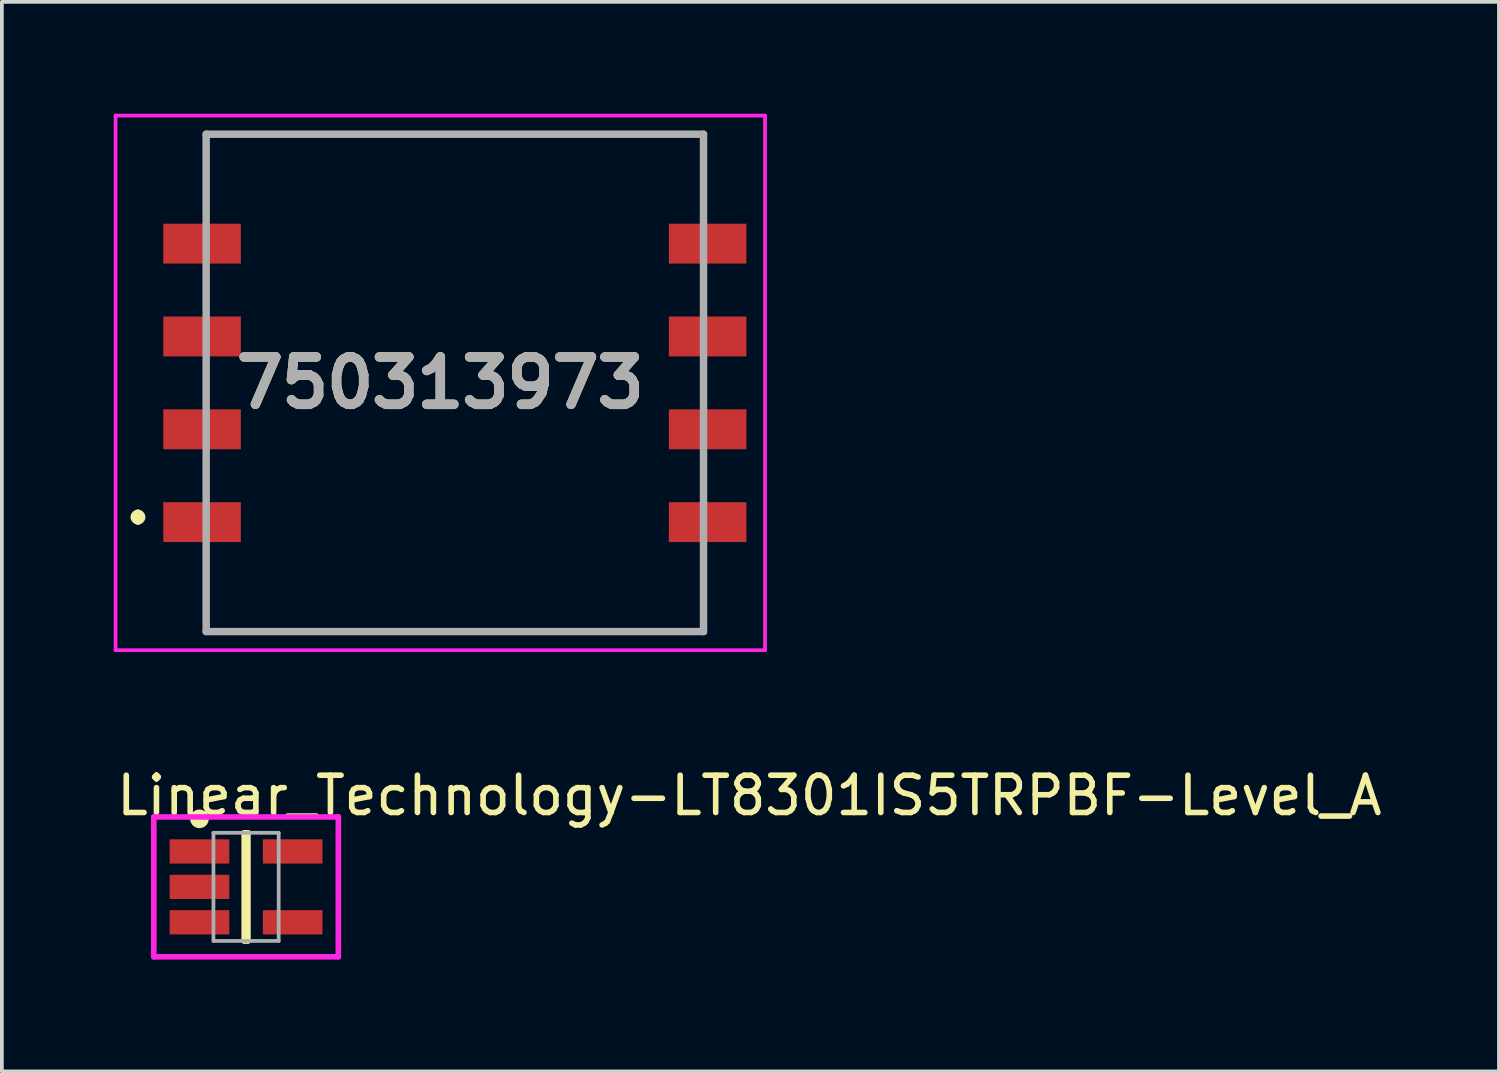
<source format=kicad_pcb>
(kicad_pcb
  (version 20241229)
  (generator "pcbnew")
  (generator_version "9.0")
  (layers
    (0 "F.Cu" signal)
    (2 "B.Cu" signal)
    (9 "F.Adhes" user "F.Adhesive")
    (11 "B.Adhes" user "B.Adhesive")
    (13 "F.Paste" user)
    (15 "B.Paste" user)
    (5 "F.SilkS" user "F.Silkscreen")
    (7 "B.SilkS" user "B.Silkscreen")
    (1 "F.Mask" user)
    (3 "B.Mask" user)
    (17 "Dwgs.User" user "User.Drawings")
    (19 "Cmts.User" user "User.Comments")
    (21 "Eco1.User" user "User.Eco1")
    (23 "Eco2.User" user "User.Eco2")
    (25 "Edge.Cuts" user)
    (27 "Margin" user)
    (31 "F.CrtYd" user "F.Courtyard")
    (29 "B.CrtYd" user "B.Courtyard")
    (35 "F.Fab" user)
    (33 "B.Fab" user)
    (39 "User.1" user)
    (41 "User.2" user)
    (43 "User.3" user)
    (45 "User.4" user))
  (footprint "750313973"
    (layer "F.Cu")
    (at 9.15 7.22)
    (property "Reference" "750313973" (at -0.39 0 0) (layer "F.SilkS") (effects (font (size 1.27 1.27) (thickness 0.254))))
    (attr smd)
    (fp_line (start -8.5 3.5) (end -8.5 3.5) (stroke (width 0.2) (type solid)) (layer "F.SilkS"))
    (fp_line (start -8.5 3.7) (end -8.5 3.7) (stroke (width 0.2) (type solid)) (layer "F.SilkS"))
    (fp_line (start -6.67 -6.67) (end 6.67 -6.67) (stroke (width 0.1) (type solid)) (layer "F.SilkS"))
    (fp_line (start -6.67 -5) (end -6.67 -6.67) (stroke (width 0.1) (type solid)) (layer "F.SilkS"))
    (fp_line (start -6.67 5) (end -6.67 6.5) (stroke (width 0.1) (type solid)) (layer "F.SilkS"))
    (fp_line (start -6.67 6.5) (end -6.67 6.67) (stroke (width 0.1) (type solid)) (layer "F.SilkS"))
    (fp_line (start -6.67 6.67) (end 6.67 6.67) (stroke (width 0.1) (type solid)) (layer "F.SilkS"))
    (fp_line (start 6.67 -6.67) (end 6.67 -5) (stroke (width 0.1) (type solid)) (layer "F.SilkS"))
    (fp_line (start 6.67 6.67) (end 6.67 5) (stroke (width 0.1) (type solid)) (layer "F.SilkS"))
    (fp_arc (start -8.5 3.5) (mid -8.4 3.6) (end -8.5 3.7) (stroke (width 0.2) (type solid)) (layer "F.SilkS"))
    (fp_arc (start -8.5 3.7) (mid -8.6 3.6) (end -8.5 3.5) (stroke (width 0.2) (type solid)) (layer "F.SilkS"))
    (fp_line (start -9.1 -7.17) (end 8.32 -7.17) (stroke (width 0.1) (type solid)) (layer "F.CrtYd"))
    (fp_line (start -9.1 7.17) (end -9.1 -7.17) (stroke (width 0.1) (type solid)) (layer "F.CrtYd"))
    (fp_line (start 8.32 -7.17) (end 8.32 7.17) (stroke (width 0.1) (type solid)) (layer "F.CrtYd"))
    (fp_line (start 8.32 7.17) (end -9.1 7.17) (stroke (width 0.1) (type solid)) (layer "F.CrtYd"))
    (fp_line (start -6.67 -6.67) (end 6.67 -6.67) (stroke (width 0.2) (type solid)) (layer "F.Fab"))
    (fp_line (start -6.67 6.67) (end -6.67 -6.67) (stroke (width 0.2) (type solid)) (layer "F.Fab"))
    (fp_line (start 6.67 -6.67) (end 6.67 6.67) (stroke (width 0.2) (type solid)) (layer "F.Fab"))
    (fp_line (start 6.67 6.67) (end -6.67 6.67) (stroke (width 0.2) (type solid)) (layer "F.Fab"))
    (fp_text user "${REFERENCE}" (at -0.39 0 0) (layer "F.Fab") (effects (font (size 1.27 1.27) (thickness 0.254))))
    (pad "1" smd rect (at -6.78 3.735 90) (size 1.07 2.08) (layers "F.Cu" "F.Mask" "F.Paste"))
    (pad "2" smd rect (at -6.78 1.245 90) (size 1.07 2.08) (layers "F.Cu" "F.Mask" "F.Paste"))
    (pad "3" smd rect (at -6.78 -1.245 90) (size 1.07 2.08) (layers "F.Cu" "F.Mask" "F.Paste"))
    (pad "4" smd rect (at -6.78 -3.735 90) (size 1.07 2.08) (layers "F.Cu" "F.Mask" "F.Paste"))
    (pad "5" smd rect (at 6.78 -3.735 90) (size 1.07 2.08) (layers "F.Cu" "F.Mask" "F.Paste"))
    (pad "6" smd rect (at 6.78 -1.245 90) (size 1.07 2.08) (layers "F.Cu" "F.Mask" "F.Paste"))
    (pad "7" smd rect (at 6.78 1.245 90) (size 1.07 2.08) (layers "F.Cu" "F.Mask" "F.Paste"))
    (pad "8" smd rect (at 6.78 3.735 90) (size 1.07 2.08) (layers "F.Cu" "F.Mask" "F.Paste")))
  (footprint "Linear_Technology-LT8301IS5TRPBF-Level_A"
    (layer "F.Cu")
    (at 3.55 20.738)
    (property "Reference" "Linear_Technology-LT8301IS5TRPBF-Level_A" (at -3.55 -2.45 0) (layer "F.SilkS") (effects (font (size 1 1) (thickness 0.15)) (justify left)))
    (attr through_hole)
    (fp_line (start -0.05 -1.45) (end 0.05 -1.45) (stroke (width 0.15) (type solid)) (layer "F.SilkS"))
    (fp_line (start -0.05 1.45) (end -0.05 -1.45) (stroke (width 0.15) (type solid)) (layer "F.SilkS"))
    (fp_line (start -0.05 1.45) (end 0.05 1.45) (stroke (width 0.15) (type solid)) (layer "F.SilkS"))
    (fp_line (start 0.05 1.45) (end 0.05 -1.45) (stroke (width 0.15) (type solid)) (layer "F.SilkS"))
    (fp_circle (center -1.25 -1.825) (end -1.125 -1.825) (stroke (width 0.25) (type solid)) (fill no) (layer "F.SilkS"))
    (fp_line (start -2.475 -1.875) (end -2.475 1.875) (stroke (width 0.15) (type solid)) (layer "F.CrtYd"))
    (fp_line (start -2.475 1.875) (end 2.475 1.875) (stroke (width 0.15) (type solid)) (layer "F.CrtYd"))
    (fp_line (start 2.475 -1.875) (end -2.475 -1.875) (stroke (width 0.15) (type solid)) (layer "F.CrtYd"))
    (fp_line (start 2.475 -1.875) (end 2.475 -1.875) (stroke (width 0.15) (type solid)) (layer "F.CrtYd"))
    (fp_line (start 2.475 1.875) (end 2.475 -1.875) (stroke (width 0.15) (type solid)) (layer "F.CrtYd"))
    (fp_line (start -0.875 -1.45) (end 0.875 -1.45) (stroke (width 0.1) (type solid)) (layer "F.Fab"))
    (fp_line (start -0.875 1.45) (end -0.875 -1.45) (stroke (width 0.1) (type solid)) (layer "F.Fab"))
    (fp_line (start -0.875 1.45) (end 0.875 1.45) (stroke (width 0.1) (type solid)) (layer "F.Fab"))
    (fp_line (start 0.875 1.45) (end 0.875 -1.45) (stroke (width 0.1) (type solid)) (layer "F.Fab"))
    (pad "1" smd rect (at -1.25 -0.95 270) (size 0.65 1.6) (layers "F.Cu" "F.Mask" "F.Paste"))
    (pad "2" smd rect (at -1.25 -0.000001 270) (size 0.65 1.6) (layers "F.Cu" "F.Mask" "F.Paste"))
    (pad "3" smd rect (at -1.25 0.95 270) (size 0.65 1.6) (layers "F.Cu" "F.Mask" "F.Paste"))
    (pad "4" smd rect (at 1.25 0.95 270) (size 0.65 1.6) (layers "F.Cu" "F.Mask" "F.Paste"))
    (pad "5" smd rect (at 1.25 -0.95 270) (size 0.65 1.6) (layers "F.Cu" "F.Mask" "F.Paste")))
  (gr_rect
    (start -3 -3)
    (end 37.155 25.688)
    (stroke (width 0.1) (type default))
    (fill no)
    (layer "Edge.Cuts")))
</source>
